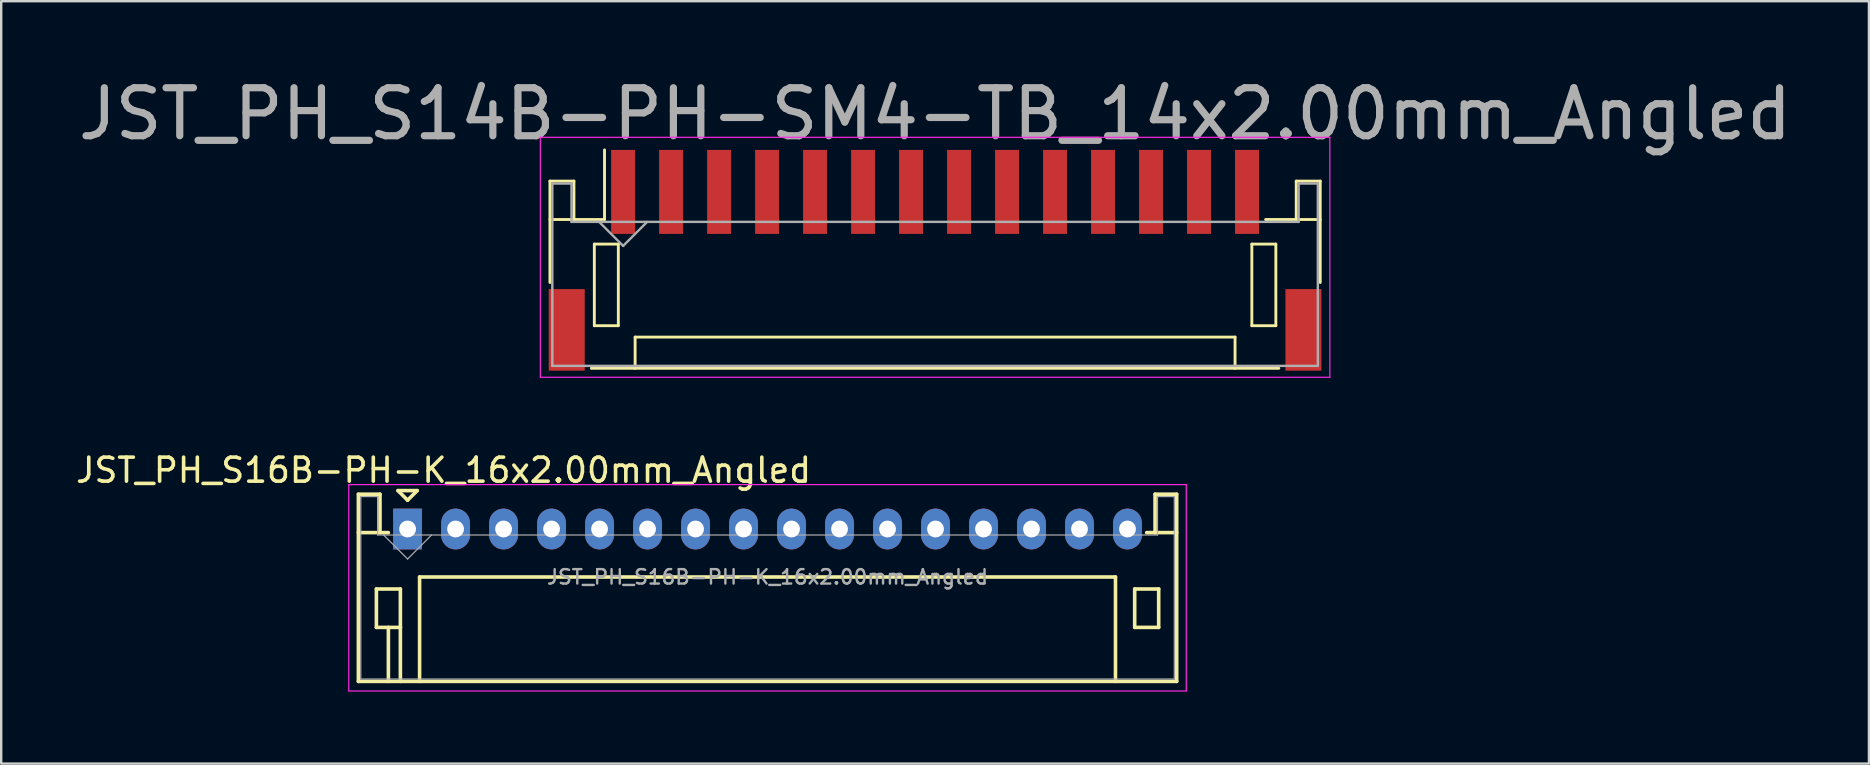
<source format=kicad_pcb>
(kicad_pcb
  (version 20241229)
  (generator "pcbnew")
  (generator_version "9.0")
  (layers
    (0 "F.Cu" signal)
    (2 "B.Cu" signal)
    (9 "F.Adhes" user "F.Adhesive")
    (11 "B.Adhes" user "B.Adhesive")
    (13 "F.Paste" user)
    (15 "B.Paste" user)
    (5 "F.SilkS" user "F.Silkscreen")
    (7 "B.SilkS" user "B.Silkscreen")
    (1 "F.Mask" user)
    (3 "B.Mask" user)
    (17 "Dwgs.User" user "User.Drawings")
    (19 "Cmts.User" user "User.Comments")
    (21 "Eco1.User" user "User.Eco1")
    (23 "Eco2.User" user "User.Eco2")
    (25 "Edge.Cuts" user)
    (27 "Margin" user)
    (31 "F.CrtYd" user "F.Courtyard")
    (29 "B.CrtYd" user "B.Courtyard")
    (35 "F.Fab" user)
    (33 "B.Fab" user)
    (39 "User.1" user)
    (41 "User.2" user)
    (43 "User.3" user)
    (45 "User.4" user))
  (footprint "JST_PH_S16B-PH-K_16x2.00mm_Angled"
    (layer "F.Cu")
    (at 13.935 18.995)
    (property "Reference" "JST_PH_S16B-PH-K_16x2.00mm_Angled" (at 15 2 0) (layer "F.Fab") (effects (font (size 0.6 0.6) (thickness 0.1))))
    (attr through_hole)
    (fp_line (start -2.05 -1.45) (end -2.05 6.35) (stroke (width 0.15) (type solid)) (layer "F.SilkS"))
    (fp_line (start -2.05 0.15) (end -1.15 0.15) (stroke (width 0.15) (type solid)) (layer "F.SilkS"))
    (fp_line (start -2.05 6.35) (end 32.05 6.35) (stroke (width 0.15) (type solid)) (layer "F.SilkS"))
    (fp_line (start -1.3 2.5) (end -1.3 4.1) (stroke (width 0.15) (type solid)) (layer "F.SilkS"))
    (fp_line (start -1.3 4.1) (end -0.3 4.1) (stroke (width 0.15) (type solid)) (layer "F.SilkS"))
    (fp_line (start -1.15 -1.45) (end -2.05 -1.45) (stroke (width 0.15) (type solid)) (layer "F.SilkS"))
    (fp_line (start -1.15 0.15) (end -1.15 -1.45) (stroke (width 0.15) (type solid)) (layer "F.SilkS"))
    (fp_line (start -0.8 0.15) (end -1.15 0.15) (stroke (width 0.15) (type solid)) (layer "F.SilkS"))
    (fp_line (start -0.8 4.1) (end -0.8 6.35) (stroke (width 0.15) (type solid)) (layer "F.SilkS"))
    (fp_line (start -0.4 -1.6) (end 0.4 -1.6) (stroke (width 0.15) (type solid)) (layer "F.SilkS"))
    (fp_line (start -0.3 2.5) (end -1.3 2.5) (stroke (width 0.15) (type solid)) (layer "F.SilkS"))
    (fp_line (start -0.3 4.1) (end -0.3 2.5) (stroke (width 0.15) (type solid)) (layer "F.SilkS"))
    (fp_line (start -0.3 4.1) (end -0.3 6.35) (stroke (width 0.15) (type solid)) (layer "F.SilkS"))
    (fp_line (start 0 -1.2) (end -0.4 -1.6) (stroke (width 0.15) (type solid)) (layer "F.SilkS"))
    (fp_line (start 0.4 -1.6) (end 0 -1.2) (stroke (width 0.15) (type solid)) (layer "F.SilkS"))
    (fp_line (start 0.5 2) (end 29.5 2) (stroke (width 0.15) (type solid)) (layer "F.SilkS"))
    (fp_line (start 0.5 6.35) (end 0.5 2) (stroke (width 0.15) (type solid)) (layer "F.SilkS"))
    (fp_line (start 29.5 2) (end 29.5 6.35) (stroke (width 0.15) (type solid)) (layer "F.SilkS"))
    (fp_line (start 30.3 2.5) (end 31.3 2.5) (stroke (width 0.15) (type solid)) (layer "F.SilkS"))
    (fp_line (start 30.3 4.1) (end 30.3 2.5) (stroke (width 0.15) (type solid)) (layer "F.SilkS"))
    (fp_line (start 31.15 -1.45) (end 31.15 0.15) (stroke (width 0.15) (type solid)) (layer "F.SilkS"))
    (fp_line (start 31.15 0.15) (end 30.8 0.15) (stroke (width 0.15) (type solid)) (layer "F.SilkS"))
    (fp_line (start 31.3 2.5) (end 31.3 4.1) (stroke (width 0.15) (type solid)) (layer "F.SilkS"))
    (fp_line (start 31.3 4.1) (end 30.3 4.1) (stroke (width 0.15) (type solid)) (layer "F.SilkS"))
    (fp_line (start 32.05 -1.45) (end 31.15 -1.45) (stroke (width 0.15) (type solid)) (layer "F.SilkS"))
    (fp_line (start 32.05 0.15) (end 31.15 0.15) (stroke (width 0.15) (type solid)) (layer "F.SilkS"))
    (fp_line (start 32.05 6.35) (end 32.05 -1.45) (stroke (width 0.15) (type solid)) (layer "F.SilkS"))
    (fp_line (start -2.45 -1.85) (end -2.45 6.75) (stroke (width 0.05) (type solid)) (layer "F.CrtYd"))
    (fp_line (start -2.45 6.75) (end 32.45 6.75) (stroke (width 0.05) (type solid)) (layer "F.CrtYd"))
    (fp_line (start 32.45 -1.85) (end -2.45 -1.85) (stroke (width 0.05) (type solid)) (layer "F.CrtYd"))
    (fp_line (start 32.45 6.75) (end 32.45 -1.85) (stroke (width 0.05) (type solid)) (layer "F.CrtYd"))
    (fp_line (start -1.95 -1.35) (end -1.95 6.25) (stroke (width 0.05) (type solid)) (layer "F.Fab"))
    (fp_line (start -1.95 6.25) (end 31.95 6.25) (stroke (width 0.05) (type solid)) (layer "F.Fab"))
    (fp_line (start -1.25 -1.35) (end -1.95 -1.35) (stroke (width 0.05) (type solid)) (layer "F.Fab"))
    (fp_line (start -1.25 0.25) (end -1.25 -1.35) (stroke (width 0.05) (type solid)) (layer "F.Fab"))
    (fp_line (start -1 0.25) (end 0 1.25) (stroke (width 0.05) (type solid)) (layer "F.Fab"))
    (fp_line (start 0 1.25) (end 1 0.25) (stroke (width 0.05) (type solid)) (layer "F.Fab"))
    (fp_line (start 31.25 -1.35) (end 31.25 0.25) (stroke (width 0.05) (type solid)) (layer "F.Fab"))
    (fp_line (start 31.25 0.25) (end -1.25 0.25) (stroke (width 0.05) (type solid)) (layer "F.Fab"))
    (fp_line (start 31.95 -1.35) (end 31.25 -1.35) (stroke (width 0.05) (type solid)) (layer "F.Fab"))
    (fp_line (start 31.95 6.25) (end 31.95 -1.35) (stroke (width 0.05) (type solid)) (layer "F.Fab"))
    (fp_text user "${REFERENCE}" (at 1.5 -2.45 0) (layer "F.SilkS") (effects (font (size 1 1) (thickness 0.15))))
    (pad "1" thru_hole rect (at 0 0) (size 1.2 1.7) (drill 0.7) (layers "*.Cu" "*.Mask"))
    (pad "2" thru_hole oval (at 2 0) (size 1.2 1.7) (drill 0.7) (layers "*.Cu" "*.Mask"))
    (pad "3" thru_hole oval (at 4 0) (size 1.2 1.7) (drill 0.7) (layers "*.Cu" "*.Mask"))
    (pad "4" thru_hole oval (at 6 0) (size 1.2 1.7) (drill 0.7) (layers "*.Cu" "*.Mask"))
    (pad "5" thru_hole oval (at 8 0) (size 1.2 1.7) (drill 0.7) (layers "*.Cu" "*.Mask"))
    (pad "6" thru_hole oval (at 10 0) (size 1.2 1.7) (drill 0.7) (layers "*.Cu" "*.Mask"))
    (pad "7" thru_hole oval (at 12 0) (size 1.2 1.7) (drill 0.7) (layers "*.Cu" "*.Mask"))
    (pad "8" thru_hole oval (at 14 0) (size 1.2 1.7) (drill 0.7) (layers "*.Cu" "*.Mask"))
    (pad "9" thru_hole oval (at 16 0) (size 1.2 1.7) (drill 0.7) (layers "*.Cu" "*.Mask"))
    (pad "10" thru_hole oval (at 18 0) (size 1.2 1.7) (drill 0.7) (layers "*.Cu" "*.Mask"))
    (pad "11" thru_hole oval (at 20 0) (size 1.2 1.7) (drill 0.7) (layers "*.Cu" "*.Mask"))
    (pad "12" thru_hole oval (at 22 0) (size 1.2 1.7) (drill 0.7) (layers "*.Cu" "*.Mask"))
    (pad "13" thru_hole oval (at 24 0) (size 1.2 1.7) (drill 0.7) (layers "*.Cu" "*.Mask"))
    (pad "14" thru_hole oval (at 26 0) (size 1.2 1.7) (drill 0.7) (layers "*.Cu" "*.Mask"))
    (pad "15" thru_hole oval (at 28 0) (size 1.2 1.7) (drill 0.7) (layers "*.Cu" "*.Mask"))
    (pad "16" thru_hole oval (at 30 0) (size 1.2 1.7) (drill 0.7) (layers "*.Cu" "*.Mask")))
  (footprint "JST_PH_S14B-PH-SM4-TB_14x2.00mm_Angled"
    (layer "F.Cu")
    (at 35.917 7.822)
    (property "Reference" "JST_PH_S14B-PH-SM4-TB_14x2.00mm_Angled" (at 0 -6.125 0) (layer "F.Fab") (effects (font (size 2 2) (thickness 0.3))))
    (attr smd)
    (fp_line (start -16.05 -3.325) (end -16.05 0.9) (stroke (width 0.12) (type solid)) (layer "F.SilkS"))
    (fp_line (start -16.05 -1.725) (end -15.05 -1.725) (stroke (width 0.12) (type solid)) (layer "F.SilkS"))
    (fp_line (start -15.05 -3.325) (end -16.05 -3.325) (stroke (width 0.12) (type solid)) (layer "F.SilkS"))
    (fp_line (start -15.05 -1.725) (end -15.05 -3.325) (stroke (width 0.12) (type solid)) (layer "F.SilkS"))
    (fp_line (start -14.325 4.475) (end 14.325 4.475) (stroke (width 0.12) (type solid)) (layer "F.SilkS"))
    (fp_line (start -14.2 -0.7) (end -14.2 2.7) (stroke (width 0.12) (type solid)) (layer "F.SilkS"))
    (fp_line (start -14.2 2.7) (end -13.2 2.7) (stroke (width 0.12) (type solid)) (layer "F.SilkS"))
    (fp_line (start -13.775 -1.725) (end -15.05 -1.725) (stroke (width 0.12) (type solid)) (layer "F.SilkS"))
    (fp_line (start -13.775 -1.725) (end -13.775 -4.625) (stroke (width 0.12) (type solid)) (layer "F.SilkS"))
    (fp_line (start -13.2 -0.7) (end -14.2 -0.7) (stroke (width 0.12) (type solid)) (layer "F.SilkS"))
    (fp_line (start -13.2 2.7) (end -13.2 -0.7) (stroke (width 0.12) (type solid)) (layer "F.SilkS"))
    (fp_line (start -12.5 3.175) (end 12.5 3.175) (stroke (width 0.12) (type solid)) (layer "F.SilkS"))
    (fp_line (start -12.5 4.475) (end -12.5 3.175) (stroke (width 0.12) (type solid)) (layer "F.SilkS"))
    (fp_line (start 12.5 3.175) (end 12.5 4.475) (stroke (width 0.12) (type solid)) (layer "F.SilkS"))
    (fp_line (start 13.2 -0.7) (end 14.2 -0.7) (stroke (width 0.12) (type solid)) (layer "F.SilkS"))
    (fp_line (start 13.2 2.7) (end 13.2 -0.7) (stroke (width 0.12) (type solid)) (layer "F.SilkS"))
    (fp_line (start 14.2 -0.7) (end 14.2 2.7) (stroke (width 0.12) (type solid)) (layer "F.SilkS"))
    (fp_line (start 14.2 2.7) (end 13.2 2.7) (stroke (width 0.12) (type solid)) (layer "F.SilkS"))
    (fp_line (start 15.05 -3.325) (end 15.05 -1.725) (stroke (width 0.12) (type solid)) (layer "F.SilkS"))
    (fp_line (start 15.05 -1.725) (end 13.775 -1.725) (stroke (width 0.12) (type solid)) (layer "F.SilkS"))
    (fp_line (start 16.05 -3.325) (end 15.05 -3.325) (stroke (width 0.12) (type solid)) (layer "F.SilkS"))
    (fp_line (start 16.05 -1.725) (end 15.05 -1.725) (stroke (width 0.12) (type solid)) (layer "F.SilkS"))
    (fp_line (start 16.05 0.9) (end 16.05 -3.325) (stroke (width 0.12) (type solid)) (layer "F.SilkS"))
    (fp_line (start -16.45 -5.15) (end -16.45 4.85) (stroke (width 0.05) (type solid)) (layer "F.CrtYd"))
    (fp_line (start -16.45 4.85) (end 16.45 4.85) (stroke (width 0.05) (type solid)) (layer "F.CrtYd"))
    (fp_line (start 16.45 -5.15) (end -16.45 -5.15) (stroke (width 0.05) (type solid)) (layer "F.CrtYd"))
    (fp_line (start 16.45 4.85) (end 16.45 -5.15) (stroke (width 0.05) (type solid)) (layer "F.CrtYd"))
    (fp_line (start -15.95 -3.225) (end -15.95 4.375) (stroke (width 0.1) (type solid)) (layer "F.Fab"))
    (fp_line (start -15.95 4.375) (end 15.95 4.375) (stroke (width 0.1) (type solid)) (layer "F.Fab"))
    (fp_line (start -15.15 -3.225) (end -15.95 -3.225) (stroke (width 0.1) (type solid)) (layer "F.Fab"))
    (fp_line (start -15.15 -1.625) (end -15.15 -3.225) (stroke (width 0.1) (type solid)) (layer "F.Fab"))
    (fp_line (start -14 -1.625) (end -13 -0.625) (stroke (width 0.1) (type solid)) (layer "F.Fab"))
    (fp_line (start -13 -0.625) (end -12 -1.625) (stroke (width 0.1) (type solid)) (layer "F.Fab"))
    (fp_line (start 15.15 -3.225) (end 15.15 -1.625) (stroke (width 0.1) (type solid)) (layer "F.Fab"))
    (fp_line (start 15.15 -1.625) (end -15.15 -1.625) (stroke (width 0.1) (type solid)) (layer "F.Fab"))
    (fp_line (start 15.95 -3.225) (end 15.15 -3.225) (stroke (width 0.1) (type solid)) (layer "F.Fab"))
    (fp_line (start 15.95 4.375) (end 15.95 -3.225) (stroke (width 0.1) (type solid)) (layer "F.Fab"))
    (pad "" smd rect (at -15.35 2.875) (size 1.5 3.4) (layers "F.Cu" "F.Mask" "F.Paste"))
    (pad "" smd rect (at 15.35 2.875) (size 1.5 3.4) (layers "F.Cu" "F.Mask" "F.Paste"))
    (pad "1" smd rect (at -13 -2.875) (size 1 3.5) (layers "F.Cu" "F.Mask" "F.Paste"))
    (pad "2" smd rect (at -11 -2.875) (size 1 3.5) (layers "F.Cu" "F.Mask" "F.Paste"))
    (pad "3" smd rect (at -9 -2.875) (size 1 3.5) (layers "F.Cu" "F.Mask" "F.Paste"))
    (pad "4" smd rect (at -7 -2.875) (size 1 3.5) (layers "F.Cu" "F.Mask" "F.Paste"))
    (pad "5" smd rect (at -5 -2.875) (size 1 3.5) (layers "F.Cu" "F.Mask" "F.Paste"))
    (pad "6" smd rect (at -3 -2.875) (size 1 3.5) (layers "F.Cu" "F.Mask" "F.Paste"))
    (pad "7" smd rect (at -1 -2.875) (size 1 3.5) (layers "F.Cu" "F.Mask" "F.Paste"))
    (pad "8" smd rect (at 1 -2.875) (size 1 3.5) (layers "F.Cu" "F.Mask" "F.Paste"))
    (pad "9" smd rect (at 3 -2.875) (size 1 3.5) (layers "F.Cu" "F.Mask" "F.Paste"))
    (pad "10" smd rect (at 5 -2.875) (size 1 3.5) (layers "F.Cu" "F.Mask" "F.Paste"))
    (pad "11" smd rect (at 7 -2.875) (size 1 3.5) (layers "F.Cu" "F.Mask" "F.Paste"))
    (pad "12" smd rect (at 9 -2.875) (size 1 3.5) (layers "F.Cu" "F.Mask" "F.Paste"))
    (pad "13" smd rect (at 11 -2.875) (size 1 3.5) (layers "F.Cu" "F.Mask" "F.Paste"))
    (pad "14" smd rect (at 13 -2.875) (size 1 3.5) (layers "F.Cu" "F.Mask" "F.Paste")))
  (gr_rect
    (start -3 -3)
    (end 74.833 28.77)
    (stroke (width 0.1) (type default))
    (fill no)
    (layer "Edge.Cuts")))
</source>
